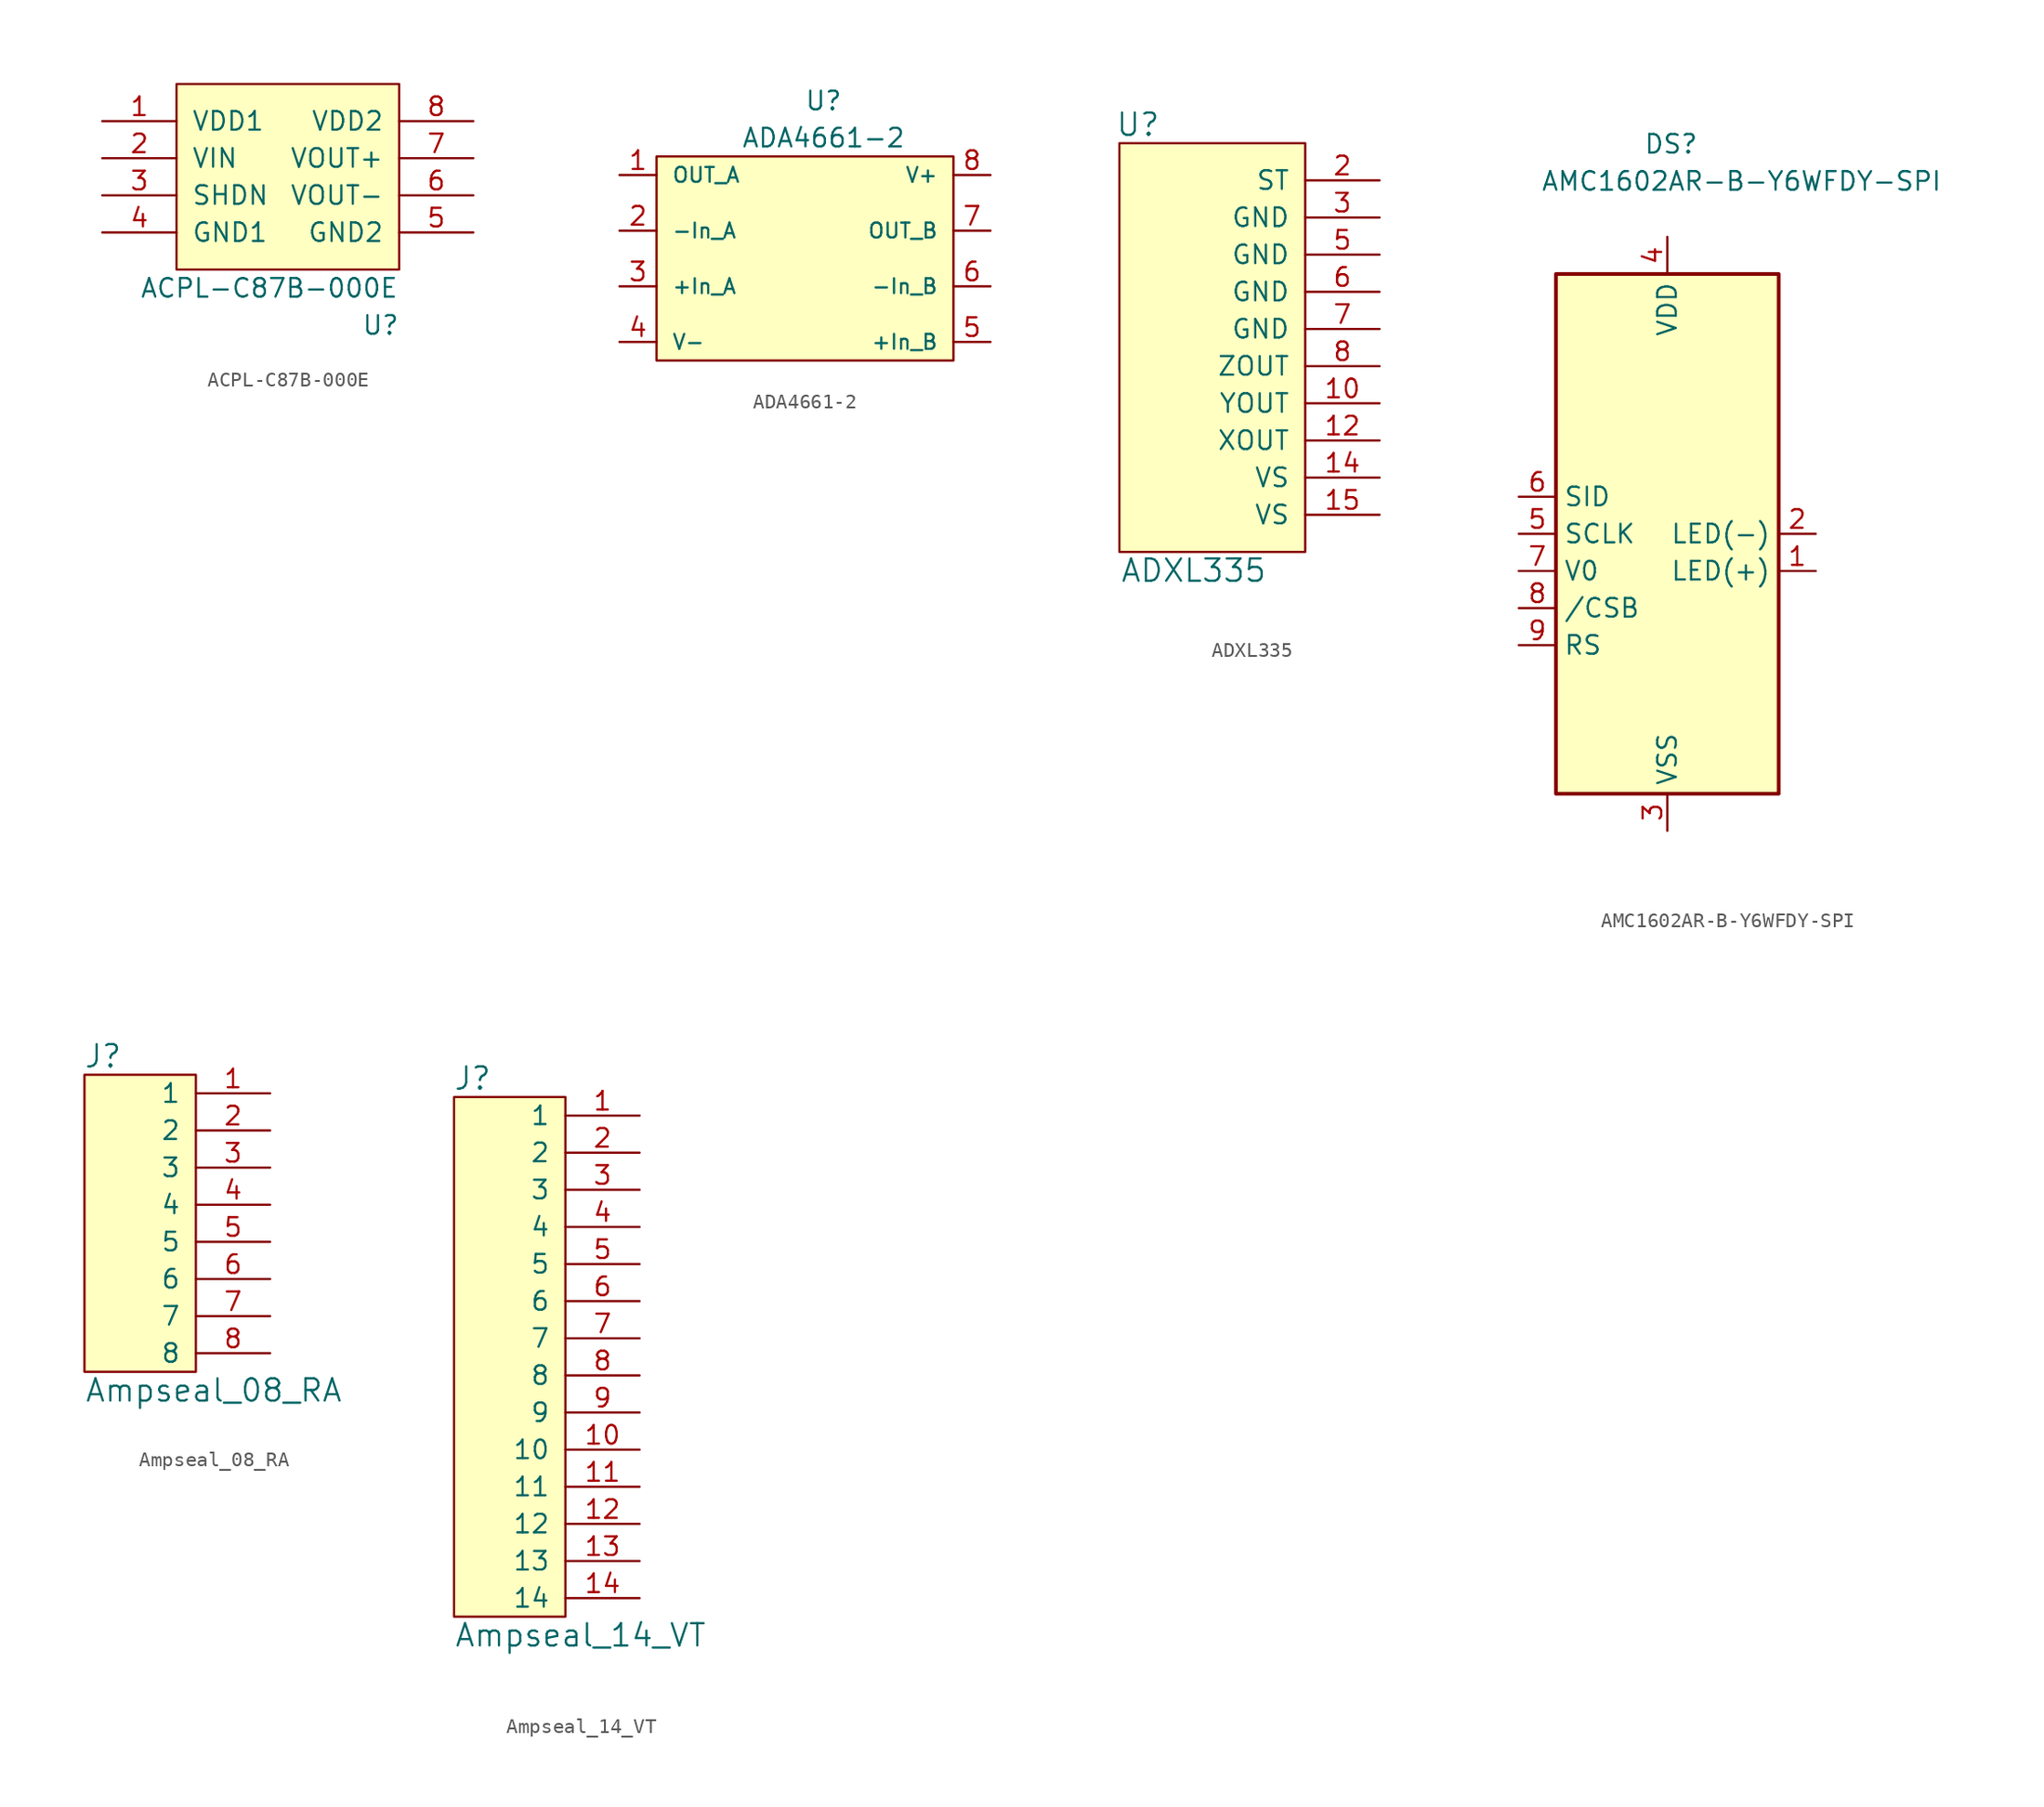
<source format=kicad_sym>
(kicad_symbol_lib
  (version 20211014)
  (generator kicad_symbol_editor)
  (symbol "ACPL-C87B-000E"
    (pin_names
      (offset 1.016))
    (property "Reference" "U"
      (at 6.35 -3.81 0)
      (effects (font (size 1.27 1.27))))
    (property "Value" "ACPL-C87B-000E"
      (at -1.27 -1.27 0)
      (effects (font (size 1.27 1.27))))
    (symbol "ACPL-C87B-000E_0_0"
      (pin power_in line (at -12.7 10.16 0) (length 5.08) (name "VDD1" (effects (font (size 1.27 1.27)))) (number "1" (effects (font (size 1.27 1.27)))))
      (pin input line (at -12.7 7.62 0) (length 5.08) (name "VIN" (effects (font (size 1.27 1.27)))) (number "2" (effects (font (size 1.27 1.27)))))
      (pin input line (at -12.7 5.08 0) (length 5.08) (name "SHDN" (effects (font (size 1.27 1.27)))) (number "3" (effects (font (size 1.27 1.27)))))
      (pin power_in line (at -12.7 2.54 0) (length 5.08) (name "GND1" (effects (font (size 1.27 1.27)))) (number "4" (effects (font (size 1.27 1.27)))))
      (pin power_in line (at 12.7 2.54 180) (length 5.08) (name "GND2" (effects (font (size 1.27 1.27)))) (number "5" (effects (font (size 1.27 1.27)))))
      (pin output line (at 12.7 5.08 180) (length 5.08) (name "VOUT-" (effects (font (size 1.27 1.27)))) (number "6" (effects (font (size 1.27 1.27)))))
      (pin output line (at 12.7 7.62 180) (length 5.08) (name "VOUT+" (effects (font (size 1.27 1.27)))) (number "7" (effects (font (size 1.27 1.27)))))
      (pin power_in line (at 12.7 10.16 180) (length 5.08) (name "VDD2" (effects (font (size 1.27 1.27)))) (number "8" (effects (font (size 1.27 1.27))))))
    (symbol "ACPL-C87B-000E_0_1"
      (rectangle (start -7.62 12.7) (end 7.62 0) (stroke (width 0) (type default) (color 0 0 0 0)) (fill (type background)))))
  (symbol "ADA4661-2"
    (pin_names
      (offset 1.016))
    (property "Reference" "U"
      (at 0 10.16 0)
      (effects (font (size 1.27 1.27))))
    (property "Value" "ADA4661-2"
      (at 0 7.62 0)
      (effects (font (size 1.27 1.27))))
    (symbol "ADA4661-2_0_1"
      (rectangle (start -11.43 6.35) (end 8.89 -7.62) (stroke (width 0) (type default) (color 0 0 0 0)) (fill (type background))))
    (symbol "ADA4661-2_1_1"
      (pin output line (at -13.97 5.08 0) (length 2.54) (name "OUT_A" (effects (font (size 1.016 1.016)))) (number "1" (effects (font (size 1.27 1.27)))))
      (pin input line (at -13.97 1.27 0) (length 2.54) (name "-In_A" (effects (font (size 1.016 1.016)))) (number "2" (effects (font (size 1.27 1.27)))))
      (pin input line (at -13.97 -2.54 0) (length 2.54) (name "+In_A" (effects (font (size 1.016 1.016)))) (number "3" (effects (font (size 1.27 1.27)))))
      (pin input line (at -13.97 -6.35 0) (length 2.54) (name "V-" (effects (font (size 1.016 1.016)))) (number "4" (effects (font (size 1.27 1.27)))))
      (pin input line (at 11.43 -6.35 180) (length 2.54) (name "+In_B" (effects (font (size 1.016 1.016)))) (number "5" (effects (font (size 1.27 1.27)))))
      (pin input line (at 11.43 -2.54 180) (length 2.54) (name "-In_B" (effects (font (size 1.016 1.016)))) (number "6" (effects (font (size 1.27 1.27)))))
      (pin output line (at 11.43 1.27 180) (length 2.54) (name "OUT_B" (effects (font (size 1.016 1.016)))) (number "7" (effects (font (size 1.27 1.27)))))
      (pin input line (at 11.43 5.08 180) (length 2.54) (name "V+" (effects (font (size 1.016 1.016)))) (number "8" (effects (font (size 1.27 1.27)))))))
  (symbol "ADXL335"
    (pin_names
      (offset 1.016))
    (property "Reference" "U"
      (at 2.54 21.59 0)
      (effects (font (size 1.524 1.524))))
    (property "Value" "ADXL335"
      (at 6.35 -8.89 0)
      (effects (font (size 1.524 1.524))))
    (symbol "ADXL335_0_1"
      (rectangle (start 1.27 20.32) (end 13.97 -7.62) (stroke (width 0) (type default) (color 0 0 0 0)) (fill (type background))))
    (symbol "ADXL335_1_1"
      (pin input line (at 19.05 2.54 180) (length 5.08) (name "YOUT" (effects (font (size 1.27 1.27)))) (number "10" (effects (font (size 1.27 1.27)))))
      (pin input line (at 19.05 0 180) (length 5.08) (name "XOUT" (effects (font (size 1.27 1.27)))) (number "12" (effects (font (size 1.27 1.27)))))
      (pin input line (at 19.05 -2.54 180) (length 5.08) (name "VS" (effects (font (size 1.27 1.27)))) (number "14" (effects (font (size 1.27 1.27)))))
      (pin input line (at 19.05 -5.08 180) (length 5.08) (name "VS" (effects (font (size 1.27 1.27)))) (number "15" (effects (font (size 1.27 1.27)))))
      (pin input line (at 19.05 17.78 180) (length 5.08) (name "ST" (effects (font (size 1.27 1.27)))) (number "2" (effects (font (size 1.27 1.27)))))
      (pin input line (at 19.05 15.24 180) (length 5.08) (name "GND" (effects (font (size 1.27 1.27)))) (number "3" (effects (font (size 1.27 1.27)))))
      (pin input line (at 19.05 12.7 180) (length 5.08) (name "GND" (effects (font (size 1.27 1.27)))) (number "5" (effects (font (size 1.27 1.27)))))
      (pin input line (at 19.05 10.16 180) (length 5.08) (name "GND" (effects (font (size 1.27 1.27)))) (number "6" (effects (font (size 1.27 1.27)))))
      (pin input line (at 19.05 7.62 180) (length 5.08) (name "GND" (effects (font (size 1.27 1.27)))) (number "7" (effects (font (size 1.27 1.27)))))
      (pin input line (at 19.05 5.08 180) (length 5.08) (name "ZOUT" (effects (font (size 1.27 1.27)))) (number "8" (effects (font (size 1.27 1.27)))))))
  (symbol "AMC1602AR-B-Y6WFDY-SPI"
    (property "Reference" "DS"
      (at 0.254 26.67 0)
      (effects (font (size 1.27 1.27))))
    (property "Value" "AMC1602AR-B-Y6WFDY-SPI"
      (at 5.08 24.13 0)
      (effects (font (size 1.27 1.27))))
    (symbol "AMC1602AR-B-Y6WFDY-SPI_0_1"
      (rectangle (start -7.62 17.78) (end 7.62 -17.78) (stroke (width 0.254) (type default) (color 0 0 0 0)) (fill (type background))))
    (symbol "AMC1602AR-B-Y6WFDY-SPI_1_1"
      (pin passive line (at 10.16 -2.54 180) (length 2.54) (name "LED(+)" (effects (font (size 1.27 1.27)))) (number "1" (effects (font (size 1.27 1.27)))))
      (pin passive line (at 10.16 0 180) (length 2.54) (name "LED(-)" (effects (font (size 1.27 1.27)))) (number "2" (effects (font (size 1.27 1.27)))))
      (pin power_in line (at 0 -20.32 90) (length 2.54) (name "VSS" (effects (font (size 1.27 1.27)))) (number "3" (effects (font (size 1.27 1.27)))))
      (pin power_in line (at 0 20.32 270) (length 2.54) (name "VDD" (effects (font (size 1.27 1.27)))) (number "4" (effects (font (size 1.27 1.27)))))
      (pin bidirectional line (at -10.16 0 0) (length 2.54) (name "SCLK" (effects (font (size 1.27 1.27)))) (number "5" (effects (font (size 1.27 1.27)))))
      (pin bidirectional line (at -10.16 2.54 0) (length 2.54) (name "SID" (effects (font (size 1.27 1.27)))) (number "6" (effects (font (size 1.27 1.27)))))
      (pin bidirectional line (at -10.16 -2.54 0) (length 2.54) (name "V0" (effects (font (size 1.27 1.27)))) (number "7" (effects (font (size 1.27 1.27)))))
      (pin bidirectional line (at -10.16 -5.08 0) (length 2.54) (name "/CSB" (effects (font (size 1.27 1.27)))) (number "8" (effects (font (size 1.27 1.27)))))
      (pin bidirectional line (at -10.16 -7.62 0) (length 2.54) (name "RS" (effects (font (size 1.27 1.27)))) (number "9" (effects (font (size 1.27 1.27)))))))
  (symbol "Ampseal_08_RA"
    (pin_names
      (offset 1.016))
    (property "Reference" "J"
      (at -6.35 11.43 0)
      (effects (font (size 1.524 1.524))))
    (property "Value" "Ampseal_08_RA"
      (at -7.62 -11.43 0)
      (effects (font (size 1.524 1.524)) (justify left)))
    (symbol "Ampseal_08_RA_0_1"
      (rectangle (start 0 10.16) (end -7.62 -10.16) (stroke (width 0) (type default) (color 0 0 0 0)) (fill (type background))))
    (symbol "Ampseal_08_RA_1_1"
      (pin passive line (at 5.08 8.89 180) (length 5.08) (name "1" (effects (font (size 1.27 1.27)))) (number "1" (effects (font (size 1.27 1.27)))))
      (pin passive line (at 5.08 6.35 180) (length 5.08) (name "2" (effects (font (size 1.27 1.27)))) (number "2" (effects (font (size 1.27 1.27)))))
      (pin passive line (at 5.08 3.81 180) (length 5.08) (name "3" (effects (font (size 1.27 1.27)))) (number "3" (effects (font (size 1.27 1.27)))))
      (pin passive line (at 5.08 1.27 180) (length 5.08) (name "4" (effects (font (size 1.27 1.27)))) (number "4" (effects (font (size 1.27 1.27)))))
      (pin passive line (at 5.08 -1.27 180) (length 5.08) (name "5" (effects (font (size 1.27 1.27)))) (number "5" (effects (font (size 1.27 1.27)))))
      (pin passive line (at 5.08 -3.81 180) (length 5.08) (name "6" (effects (font (size 1.27 1.27)))) (number "6" (effects (font (size 1.27 1.27)))))
      (pin passive line (at 5.08 -6.35 180) (length 5.08) (name "7" (effects (font (size 1.27 1.27)))) (number "7" (effects (font (size 1.27 1.27)))))
      (pin passive line (at 5.08 -8.89 180) (length 5.08) (name "8" (effects (font (size 1.27 1.27)))) (number "8" (effects (font (size 1.27 1.27)))))))
  (symbol "Ampseal_14_VT"
    (pin_names
      (offset 1.016))
    (property "Reference" "J"
      (at -6.35 19.05 0)
      (effects (font (size 1.524 1.524))))
    (property "Value" "Ampseal_14_VT"
      (at -7.62 -19.05 0)
      (effects (font (size 1.524 1.524)) (justify left)))
    (symbol "Ampseal_14_VT_0_1"
      (rectangle (start 0 17.78) (end -7.62 -17.78) (stroke (width 0) (type default) (color 0 0 0 0)) (fill (type background))))
    (symbol "Ampseal_14_VT_1_1"
      (pin passive line (at 5.08 16.51 180) (length 5.08) (name "1" (effects (font (size 1.27 1.27)))) (number "1" (effects (font (size 1.27 1.27)))))
      (pin passive line (at 5.08 -6.35 180) (length 5.08) (name "10" (effects (font (size 1.27 1.27)))) (number "10" (effects (font (size 1.27 1.27)))))
      (pin passive line (at 5.08 -8.89 180) (length 5.08) (name "11" (effects (font (size 1.27 1.27)))) (number "11" (effects (font (size 1.27 1.27)))))
      (pin passive line (at 5.08 -11.43 180) (length 5.08) (name "12" (effects (font (size 1.27 1.27)))) (number "12" (effects (font (size 1.27 1.27)))))
      (pin passive line (at 5.08 -13.97 180) (length 5.08) (name "13" (effects (font (size 1.27 1.27)))) (number "13" (effects (font (size 1.27 1.27)))))
      (pin passive line (at 5.08 -16.51 180) (length 5.08) (name "14" (effects (font (size 1.27 1.27)))) (number "14" (effects (font (size 1.27 1.27)))))
      (pin passive line (at 5.08 13.97 180) (length 5.08) (name "2" (effects (font (size 1.27 1.27)))) (number "2" (effects (font (size 1.27 1.27)))))
      (pin passive line (at 5.08 11.43 180) (length 5.08) (name "3" (effects (font (size 1.27 1.27)))) (number "3" (effects (font (size 1.27 1.27)))))
      (pin passive line (at 5.08 8.89 180) (length 5.08) (name "4" (effects (font (size 1.27 1.27)))) (number "4" (effects (font (size 1.27 1.27)))))
      (pin passive line (at 5.08 6.35 180) (length 5.08) (name "5" (effects (font (size 1.27 1.27)))) (number "5" (effects (font (size 1.27 1.27)))))
      (pin passive line (at 5.08 3.81 180) (length 5.08) (name "6" (effects (font (size 1.27 1.27)))) (number "6" (effects (font (size 1.27 1.27)))))
      (pin passive line (at 5.08 1.27 180) (length 5.08) (name "7" (effects (font (size 1.27 1.27)))) (number "7" (effects (font (size 1.27 1.27)))))
      (pin passive line (at 5.08 -1.27 180) (length 5.08) (name "8" (effects (font (size 1.27 1.27)))) (number "8" (effects (font (size 1.27 1.27)))))
      (pin passive line (at 5.08 -3.81 180) (length 5.08) (name "9" (effects (font (size 1.27 1.27)))) (number "9" (effects (font (size 1.27 1.27))))))))
</source>
